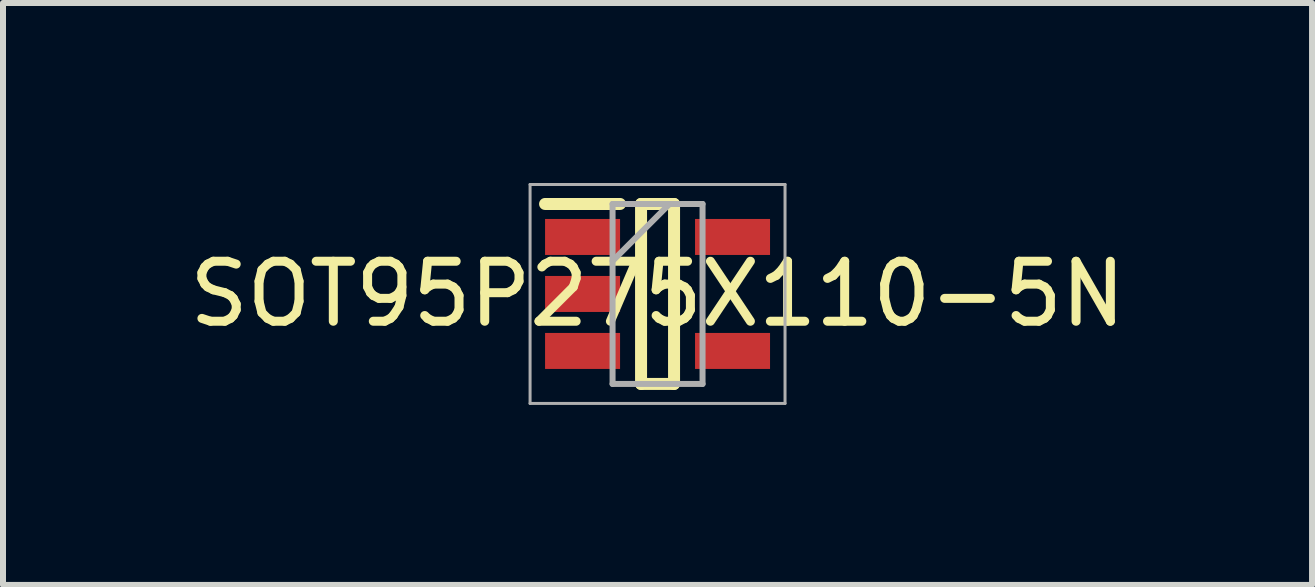
<source format=kicad_pcb>
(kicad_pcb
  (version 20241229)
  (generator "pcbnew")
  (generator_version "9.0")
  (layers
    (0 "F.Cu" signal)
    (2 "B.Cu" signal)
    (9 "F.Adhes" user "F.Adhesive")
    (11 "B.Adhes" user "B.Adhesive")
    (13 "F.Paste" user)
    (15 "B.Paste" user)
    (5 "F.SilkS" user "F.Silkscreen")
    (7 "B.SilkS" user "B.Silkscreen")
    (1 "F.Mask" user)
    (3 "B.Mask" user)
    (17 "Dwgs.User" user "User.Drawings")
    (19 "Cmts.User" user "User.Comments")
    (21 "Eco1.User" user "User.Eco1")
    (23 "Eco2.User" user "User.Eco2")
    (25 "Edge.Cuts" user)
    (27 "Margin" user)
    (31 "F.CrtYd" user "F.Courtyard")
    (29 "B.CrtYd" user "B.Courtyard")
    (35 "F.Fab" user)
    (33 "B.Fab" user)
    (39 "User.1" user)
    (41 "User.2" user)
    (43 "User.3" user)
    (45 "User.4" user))
  (footprint "SOT95P275X110-5N"
    (layer "F.Cu")
    (at 7.911 1.85)
    (property "Reference" "SOT95P275X110-5N" (at 0 0 0) (layer "F.SilkS") (effects (font (size 1 1) (thickness 0.15))))
    (attr smd)
    (fp_line (start -1.875 -1.5) (end -0.625 -1.5) (stroke (width 0.2) (type solid)) (layer "F.SilkS"))
    (fp_line (start -0.275 -1.5) (end 0.275 -1.5) (stroke (width 0.2) (type solid)) (layer "F.SilkS"))
    (fp_line (start -0.275 1.5) (end -0.275 -1.5) (stroke (width 0.2) (type solid)) (layer "F.SilkS"))
    (fp_line (start 0.275 -1.5) (end 0.275 1.5) (stroke (width 0.2) (type solid)) (layer "F.SilkS"))
    (fp_line (start 0.275 1.5) (end -0.275 1.5) (stroke (width 0.2) (type solid)) (layer "F.SilkS"))
    (fp_line (start -2.125 -1.825) (end 2.125 -1.825) (stroke (width 0.05) (type solid)) (layer "F.Fab"))
    (fp_line (start -2.125 1.825) (end -2.125 -1.825) (stroke (width 0.05) (type solid)) (layer "F.Fab"))
    (fp_line (start -0.75 -1.5) (end 0.75 -1.5) (stroke (width 0.1) (type solid)) (layer "F.Fab"))
    (fp_line (start -0.75 -0.55) (end 0.2 -1.5) (stroke (width 0.1) (type solid)) (layer "F.Fab"))
    (fp_line (start -0.75 1.5) (end -0.75 -1.5) (stroke (width 0.1) (type solid)) (layer "F.Fab"))
    (fp_line (start 0.75 -1.5) (end 0.75 1.5) (stroke (width 0.1) (type solid)) (layer "F.Fab"))
    (fp_line (start 0.75 1.5) (end -0.75 1.5) (stroke (width 0.1) (type solid)) (layer "F.Fab"))
    (fp_line (start 2.125 -1.825) (end 2.125 1.825) (stroke (width 0.05) (type solid)) (layer "F.Fab"))
    (fp_line (start 2.125 1.825) (end -2.125 1.825) (stroke (width 0.05) (type solid)) (layer "F.Fab"))
    (pad "1" smd rect (at -1.25 -0.95) (size 1.25 0.6) (layers "F.Cu" "F.Mask" "F.Paste"))
    (pad "2" smd rect (at -1.25 0) (size 1.25 0.6) (layers "F.Cu" "F.Mask" "F.Paste"))
    (pad "3" smd rect (at -1.25 0.95) (size 1.25 0.6) (layers "F.Cu" "F.Mask" "F.Paste"))
    (pad "4" smd rect (at 1.25 0.95) (size 1.25 0.6) (layers "F.Cu" "F.Mask" "F.Paste"))
    (pad "5" smd rect (at 1.25 -0.95) (size 1.25 0.6) (layers "F.Cu" "F.Mask" "F.Paste")))
  (gr_rect
    (start -3 -3)
    (end 18.821 6.7)
    (stroke (width 0.1) (type default))
    (fill no)
    (layer "Edge.Cuts")))
</source>
